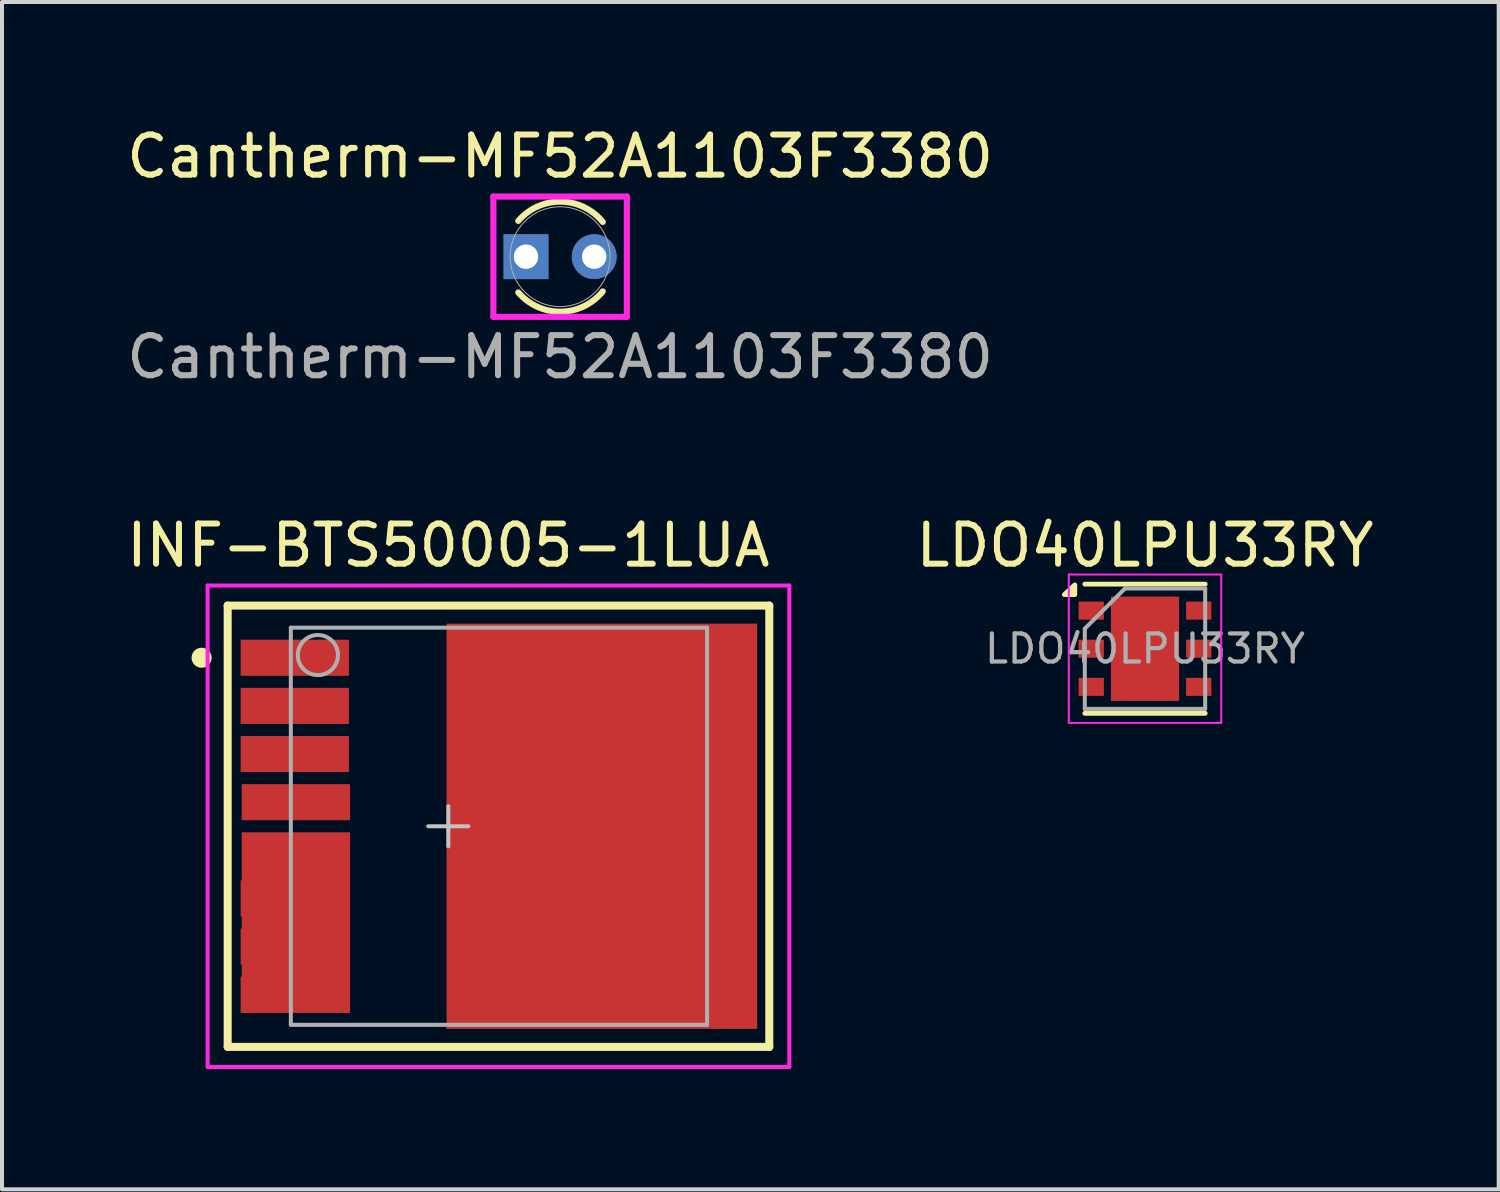
<source format=kicad_pcb>
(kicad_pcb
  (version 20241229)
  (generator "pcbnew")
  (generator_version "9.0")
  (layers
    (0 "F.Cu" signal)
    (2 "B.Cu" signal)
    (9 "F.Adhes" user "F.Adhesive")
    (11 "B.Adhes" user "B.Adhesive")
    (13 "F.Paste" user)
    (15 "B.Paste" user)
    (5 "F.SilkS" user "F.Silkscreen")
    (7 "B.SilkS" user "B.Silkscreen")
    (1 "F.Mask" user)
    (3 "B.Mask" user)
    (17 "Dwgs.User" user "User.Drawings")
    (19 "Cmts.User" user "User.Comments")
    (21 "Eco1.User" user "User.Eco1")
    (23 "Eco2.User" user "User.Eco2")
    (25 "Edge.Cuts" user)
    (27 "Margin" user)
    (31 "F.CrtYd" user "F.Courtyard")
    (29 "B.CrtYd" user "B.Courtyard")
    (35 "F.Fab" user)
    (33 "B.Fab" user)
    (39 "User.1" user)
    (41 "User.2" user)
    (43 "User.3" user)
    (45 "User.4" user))
  (footprint "LDO40LPU33RY"
    (layer "F.Cu")
    (at 25.49 13.12)
    (property "Reference" "LDO40LPU33RY" (at 0 -2.575 0) (layer "F.SilkS") (effects (font (size 1 1) (thickness 0.15))))
    (attr smd)
    (fp_line (start -1.5 -1.61) (end 1.5 -1.61) (stroke (width 0.12) (type solid)) (layer "F.SilkS"))
    (fp_line (start -1.5 1.61) (end 1.5 1.61) (stroke (width 0.12) (type solid)) (layer "F.SilkS"))
    (fp_poly (pts (xy -1.75 -1.35) (xy -2.01 -1.35) (xy -1.75 -1.59) (xy -1.75 -1.35)) (stroke (width 0.12) (type solid)) (fill yes) (layer "F.SilkS"))
    (fp_line (start -1.9 -1.85) (end -1.9 1.85) (stroke (width 0.05) (type solid)) (layer "F.CrtYd"))
    (fp_line (start -1.9 -1.85) (end 1.9 -1.85) (stroke (width 0.05) (type solid)) (layer "F.CrtYd"))
    (fp_line (start -1.9 1.85) (end 1.9 1.85) (stroke (width 0.05) (type solid)) (layer "F.CrtYd"))
    (fp_line (start 1.9 -1.85) (end 1.9 1.85) (stroke (width 0.05) (type solid)) (layer "F.CrtYd"))
    (fp_line (start -1.5 -0.5) (end -0.5 -1.5) (stroke (width 0.1) (type solid)) (layer "F.Fab"))
    (fp_line (start -1.5 1.5) (end -1.5 -0.5) (stroke (width 0.1) (type solid)) (layer "F.Fab"))
    (fp_line (start -0.5 -1.5) (end 1.5 -1.5) (stroke (width 0.1) (type solid)) (layer "F.Fab"))
    (fp_line (start 1.5 -1.5) (end 1.5 1.5) (stroke (width 0.1) (type solid)) (layer "F.Fab"))
    (fp_line (start 1.5 1.5) (end -1.5 1.5) (stroke (width 0.1) (type solid)) (layer "F.Fab"))
    (fp_text user "${REFERENCE}" (at 0 0 0) (layer "F.Fab") (effects (font (size 0.7 0.7) (thickness 0.105))))
    (pad "" smd rect (at -0.425 -0.866) (size 0.66 0.73) (layers "F.Paste"))
    (pad "" smd rect (at -0.425 0) (size 0.66 0.73) (layers "F.Paste"))
    (pad "" smd rect (at -0.425 0.866) (size 0.66 0.73) (layers "F.Paste"))
    (pad "" smd rect (at 0.425 -0.866) (size 0.66 0.73) (layers "F.Paste"))
    (pad "" smd rect (at 0.425 0) (size 0.66 0.73) (layers "F.Paste"))
    (pad "" smd rect (at 0.425 0.866) (size 0.66 0.73) (layers "F.Paste"))
    (pad "1" smd rect (at -1.34 -0.95) (size 0.63 0.45) (layers "F.Cu" "F.Mask" "F.Paste"))
    (pad "2" smd rect (at -1.34 0) (size 0.63 0.45) (layers "F.Cu" "F.Mask" "F.Paste"))
    (pad "3" smd rect (at -1.34 0.95) (size 0.63 0.45) (layers "F.Cu" "F.Mask" "F.Paste"))
    (pad "4" smd rect (at 1.34 0.95) (size 0.63 0.45) (layers "F.Cu" "F.Mask" "F.Paste"))
    (pad "5" smd rect (at 1.34 0) (size 0.63 0.45) (layers "F.Cu" "F.Mask" "F.Paste"))
    (pad "6" smd rect (at 1.34 -0.95) (size 0.63 0.45) (layers "F.Cu" "F.Mask" "F.Paste"))
    (pad "7" smd rect (at 0 0) (size 1.7 2.6) (layers "F.Cu" "F.Mask")))
  (footprint "INF-BTS50005-1LUA"
    (layer "F.Cu")
    (at 8.125 17.545)
    (property "Reference" "INF-BTS50005-1LUA" (at 0 -7 0) (layer "F.SilkS") (effects (font (size 1 1) (thickness 0.15))))
    (attr smd)
    (fp_poly (pts (xy -2.527 -4.6) (xy -2.527 -3.8) (xy -5.127 -3.8) (xy -5.127 -4.6)) (stroke (width 0) (type solid)) (fill yes) (layer "F.Mask"))
    (fp_poly (pts (xy -2.527 -3.4) (xy -2.527 -2.6) (xy -5.127 -2.6) (xy -5.127 -3.4)) (stroke (width 0) (type solid)) (fill yes) (layer "F.Mask"))
    (fp_poly (pts (xy -2.527 -2.2) (xy -2.527 -1.4) (xy -5.127 -1.4) (xy -5.127 -2.2)) (stroke (width 0) (type solid)) (fill yes) (layer "F.Mask"))
    (fp_poly (pts (xy -2.527 -1) (xy -2.527 -0.2) (xy -5.127 -0.2) (xy -5.127 -1)) (stroke (width 0) (type solid)) (fill yes) (layer "F.Mask"))
    (fp_poly (pts (xy 0.006 -4.83) (xy 3.609 -4.83) (xy 3.609 -4.351) (xy 6.354 -4.351) (xy 6.354 -5.001) (xy 7.649 -5.001) (xy 7.649 5) (xy 6.354 5) (xy 6.354 4.35) (xy 3.609 4.35) (xy 3.609 4.83) (xy 0.006 4.83)) (stroke (width 0) (type solid)) (fill yes) (layer "F.Mask"))
    (fp_poly (pts (xy -5.15 0.2) (xy -2.55 0.2) (xy -2.55 4.6) (xy -5.15 4.6) (xy -5.15 3.8) (xy -3.445 3.8) (xy -3.445 3.4) (xy -5.15 3.4) (xy -5.15 2.6) (xy -3.445 2.6) (xy -3.445 2.2) (xy -5.15 2.2) (xy -5.15 1.4) (xy -3.445 1.4) (xy -3.445 1) (xy -5.15 1)) (stroke (width 0) (type solid)) (fill yes) (layer "F.Mask"))
    (fp_line (start -5.5 -5.5) (end 8 -5.5) (stroke (width 0.2) (type solid)) (layer "F.SilkS"))
    (fp_line (start -5.5 5.5) (end -5.5 -5.5) (stroke (width 0.2) (type solid)) (layer "F.SilkS"))
    (fp_line (start 8 -5.5) (end 8 5.5) (stroke (width 0.2) (type solid)) (layer "F.SilkS"))
    (fp_line (start 8 5.5) (end -5.5 5.5) (stroke (width 0.2) (type solid)) (layer "F.SilkS"))
    (fp_circle (center -6.15 -4.2) (end -6.025 -4.2) (stroke (width 0.25) (type solid)) (fill no) (layer "F.SilkS"))
    (fp_poly (pts (xy -5.079 0.95) (xy -5.079 0.25) (xy -2.579 0.25) (xy -2.579 0.95)) (stroke (width 0) (type solid)) (fill yes) (layer "F.Paste"))
    (fp_poly (pts (xy -5.079 2.15) (xy -5.079 1.45) (xy -2.579 1.45) (xy -2.579 2.15)) (stroke (width 0) (type solid)) (fill yes) (layer "F.Paste"))
    (fp_poly (pts (xy -5.079 3.35) (xy -5.079 2.65) (xy -2.579 2.65) (xy -2.579 3.35)) (stroke (width 0) (type solid)) (fill yes) (layer "F.Paste"))
    (fp_poly (pts (xy -5.079 4.55) (xy -5.079 3.85) (xy -2.579 3.85) (xy -2.579 4.55)) (stroke (width 0) (type solid)) (fill yes) (layer "F.Paste"))
    (fp_poly (pts (xy -5.077 -3.85) (xy -5.077 -4.55) (xy -2.877 -4.55) (xy -2.877 -3.85)) (stroke (width 0) (type solid)) (fill yes) (layer "F.Paste"))
    (fp_poly (pts (xy -5.077 -2.65) (xy -5.077 -3.35) (xy -2.877 -3.35) (xy -2.877 -2.65)) (stroke (width 0) (type solid)) (fill yes) (layer "F.Paste"))
    (fp_poly (pts (xy -5.077 -1.45) (xy -5.077 -2.15) (xy -2.877 -2.15) (xy -2.877 -1.45)) (stroke (width 0) (type solid)) (fill yes) (layer "F.Paste"))
    (fp_poly (pts (xy -5.077 -0.25) (xy -5.077 -0.95) (xy -2.877 -0.95) (xy -2.877 -0.25)) (stroke (width 0) (type solid)) (fill yes) (layer "F.Paste"))
    (fp_poly (pts (xy 0.328 -0.25) (xy 0.328 -4.25) (xy 1.528 -4.25) (xy 1.528 -0.25)) (stroke (width 0) (type solid)) (fill yes) (layer "F.Paste"))
    (fp_poly (pts (xy 0.328 4.25) (xy 0.328 0.25) (xy 1.528 0.25) (xy 1.528 4.25)) (stroke (width 0) (type solid)) (fill yes) (layer "F.Paste"))
    (fp_poly (pts (xy 1.828 -0.25) (xy 1.828 -4.25) (xy 3.028 -4.25) (xy 3.028 -0.25)) (stroke (width 0) (type solid)) (fill yes) (layer "F.Paste"))
    (fp_poly (pts (xy 1.828 4.25) (xy 1.828 0.25) (xy 3.028 0.25) (xy 3.028 4.25)) (stroke (width 0) (type solid)) (fill yes) (layer "F.Paste"))
    (fp_poly (pts (xy 3.328 -0.25) (xy 3.328 -3.67) (xy 4.528 -3.67) (xy 4.528 -0.25)) (stroke (width 0) (type solid)) (fill yes) (layer "F.Paste"))
    (fp_poly (pts (xy 3.328 3.67) (xy 3.328 0.25) (xy 4.528 0.25) (xy 4.528 3.67)) (stroke (width 0) (type solid)) (fill yes) (layer "F.Paste"))
    (fp_poly (pts (xy 4.828 -0.25) (xy 4.828 -3.67) (xy 6.028 -3.67) (xy 6.028 -0.25)) (stroke (width 0) (type solid)) (fill yes) (layer "F.Paste"))
    (fp_poly (pts (xy 4.828 3.67) (xy 4.828 0.25) (xy 6.028 0.25) (xy 6.028 3.67)) (stroke (width 0) (type solid)) (fill yes) (layer "F.Paste"))
    (fp_poly (pts (xy 6.328 -0.25) (xy 6.328 -4.25) (xy 7.528 -4.25) (xy 7.528 -0.25)) (stroke (width 0) (type solid)) (fill yes) (layer "F.Paste"))
    (fp_poly (pts (xy 6.328 4.25) (xy 6.328 0.25) (xy 7.528 0.25) (xy 7.528 4.25)) (stroke (width 0) (type solid)) (fill yes) (layer "F.Paste"))
    (fp_line (start -0.5 0) (end 0.5 0) (stroke (width 0.1) (type solid)) (layer "Dwgs.User"))
    (fp_line (start 0 0.5) (end 0 -0.5) (stroke (width 0.1) (type solid)) (layer "Dwgs.User"))
    (fp_line (start -6 -6) (end 8.5 -6) (stroke (width 0.1) (type solid)) (layer "F.CrtYd"))
    (fp_line (start -6 6) (end -6 -6) (stroke (width 0.1) (type solid)) (layer "F.CrtYd"))
    (fp_line (start 8.5 -6) (end 8.5 6) (stroke (width 0.1) (type solid)) (layer "F.CrtYd"))
    (fp_line (start 8.5 6) (end -6 6) (stroke (width 0.1) (type solid)) (layer "F.CrtYd"))
    (fp_line (start -3.926 -4.95) (end 6.449 -4.95) (stroke (width 0.1) (type solid)) (layer "F.Fab"))
    (fp_line (start -3.926 4.95) (end -3.926 -4.95) (stroke (width 0.1) (type solid)) (layer "F.Fab"))
    (fp_line (start 6.449 -4.95) (end 6.449 4.95) (stroke (width 0.1) (type solid)) (layer "F.Fab"))
    (fp_line (start 6.449 4.95) (end -3.926 4.95) (stroke (width 0.1) (type solid)) (layer "F.Fab"))
    (fp_circle (center -3.251 -4.267) (end -2.751 -4.267) (stroke (width 0.1) (type solid)) (fill no) (layer "F.Fab"))
    (pad "1" smd rect (at -3.827 -4.2) (size 2.7 0.9) (layers "F.Cu"))
    (pad "2" smd rect (at -3.827 -3) (size 2.7 0.9) (layers "F.Cu"))
    (pad "3" smd rect (at -3.827 -1.8) (size 2.7 0.9) (layers "F.Cu"))
    (pad "4" smd rect (at -3.8 -0.6) (size 2.7 0.9) (layers "F.Cu"))
    (pad "5" smd custom (at -3.8 0.6) (size 2.7 0.9) (layers "F.Cu") (options (anchor rect)) (primitives (gr_poly (pts (xy -1.349 4.05) (xy -1.349 -0.45) (xy 1.351 -0.45) (xy 1.351 4.05)) (width 0) (fill yes))))
    (pad "6" smd rect (at -3.827 1.8) (size 2.7 0.9) (layers "F.Cu"))
    (pad "7" smd rect (at -3.827 3) (size 2.7 0.9) (layers "F.Cu"))
    (pad "8" smd rect (at -3.827 4.2) (size 2.7 0.9) (layers "F.Cu"))
    (pad "EPAD" smd rect (at 3.827 0) (size 7.743 10.1) (layers "F.Cu")))
  (footprint "Cantherm-MF52A1103F3380"
    (layer "F.Cu")
    (at 10.911 3.348)
    (property "Reference" "Cantherm-MF52A1103F3380" (at 0 -2.5 0) (unlocked yes) (layer "F.SilkS") (effects (font (size 1 1) (thickness 0.15))))
    (attr through_hole)
    (fp_arc (start -1.042326 -0.89154) (mid 0.016984 -1.371495) (end 1.064084 -0.865455) (stroke (width 0.1524) (type solid)) (layer "F.SilkS"))
    (fp_arc (start 1.064084 0.865455) (mid 0.016984 1.371495) (end -1.042326 0.89154) (stroke (width 0.1524) (type solid)) (layer "F.SilkS"))
    (fp_line (start -1.663 -1.499) (end 1.663 -1.499) (stroke (width 0.152) (type solid)) (layer "F.CrtYd"))
    (fp_line (start -1.663 1.499) (end -1.663 -1.499) (stroke (width 0.152) (type solid)) (layer "F.CrtYd"))
    (fp_line (start 1.663 -1.499) (end 1.663 1.499) (stroke (width 0.152) (type solid)) (layer "F.CrtYd"))
    (fp_line (start 1.663 1.499) (end -1.663 1.499) (stroke (width 0.152) (type solid)) (layer "F.CrtYd"))
    (fp_circle (center 0 0) (end 1.245 0) (stroke (width 0.025) (type solid)) (fill no) (layer "F.Fab"))
    (fp_text user "${REFERENCE}" (at 0 2.5 0) (unlocked yes) (layer "F.Fab") (effects (font (size 1 1) (thickness 0.15))))
    (pad "1" thru_hole rect (at -0.85 0) (size 1.118 1.118) (drill 0.61) (layers "*.Cu" "*.Mask"))
    (pad "2" thru_hole circle (at 0.85 0) (size 1.118 1.118) (drill 0.61) (layers "*.Cu" "*.Mask")))
  (gr_rect
    (start -3 -3)
    (end 34.306 26.595)
    (stroke (width 0.1) (type default))
    (fill no)
    (layer "Edge.Cuts")))
</source>
